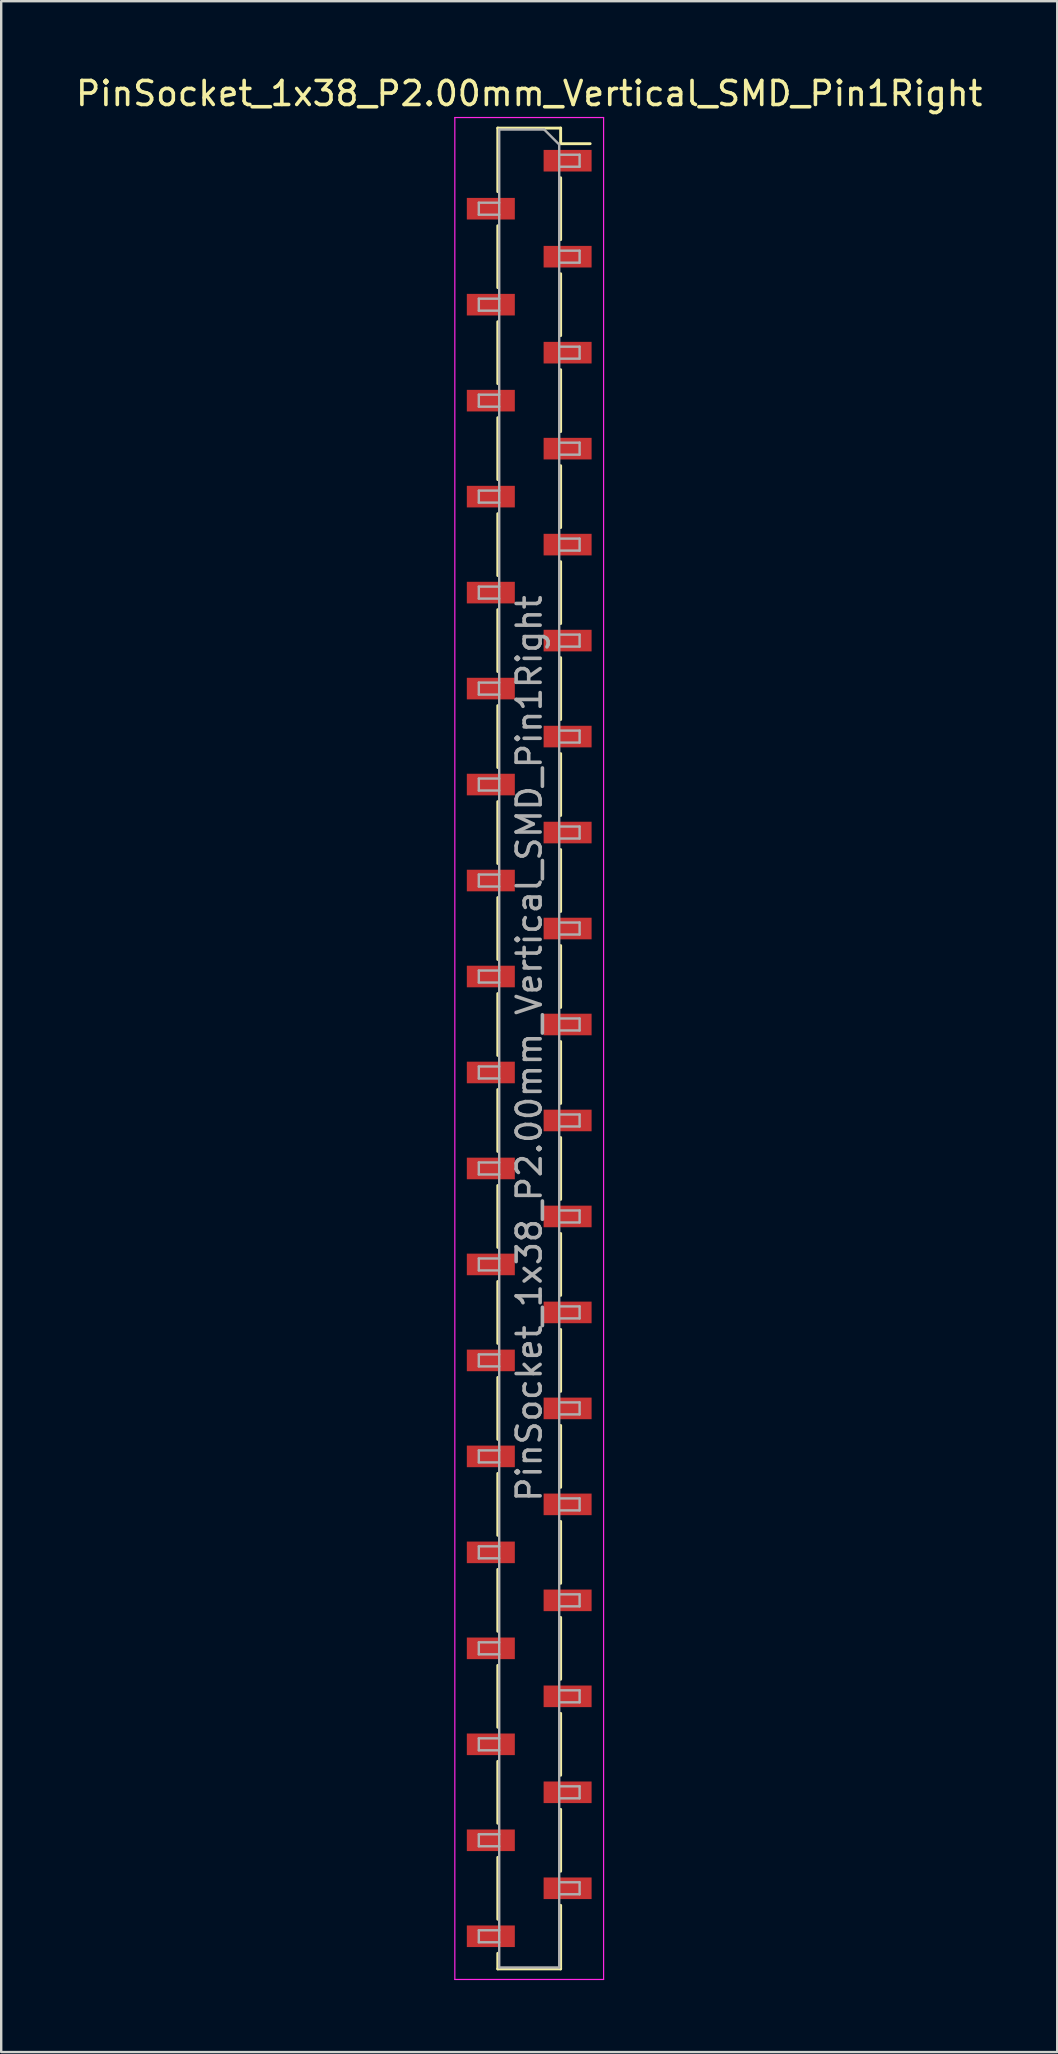
<source format=kicad_pcb>
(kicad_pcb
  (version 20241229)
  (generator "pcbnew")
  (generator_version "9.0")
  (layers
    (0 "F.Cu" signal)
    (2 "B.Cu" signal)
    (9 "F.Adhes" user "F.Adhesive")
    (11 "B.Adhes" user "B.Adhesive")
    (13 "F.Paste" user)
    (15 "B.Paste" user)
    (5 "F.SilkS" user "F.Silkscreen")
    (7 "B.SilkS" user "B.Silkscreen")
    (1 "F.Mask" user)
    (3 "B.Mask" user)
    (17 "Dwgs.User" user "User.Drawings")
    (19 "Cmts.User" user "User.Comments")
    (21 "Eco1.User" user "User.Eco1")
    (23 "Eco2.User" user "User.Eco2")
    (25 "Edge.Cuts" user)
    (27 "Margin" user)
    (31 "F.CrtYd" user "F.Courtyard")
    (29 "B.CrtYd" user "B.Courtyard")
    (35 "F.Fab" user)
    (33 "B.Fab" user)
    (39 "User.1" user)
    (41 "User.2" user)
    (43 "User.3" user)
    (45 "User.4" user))
  (footprint "PinSocket_1x38_P2.00mm_Vertical_SMD_Pin1Right"
    (layer "F.Cu")
    (at 19.006 40.648)
    (property "Reference" "PinSocket_1x38_P2.00mm_Vertical_SMD_Pin1Right" (at 0 -39.8 0) (layer "F.SilkS") (effects (font (size 1 1) (thickness 0.15))))
    (attr smd)
    (fp_line (start -1.31 -38.36) (end -1.31 -35.71) (stroke (width 0.12) (type solid)) (layer "F.SilkS"))
    (fp_line (start -1.31 -38.36) (end 1.31 -38.36) (stroke (width 0.12) (type solid)) (layer "F.SilkS"))
    (fp_line (start -1.31 -34.29) (end -1.31 -31.71) (stroke (width 0.12) (type solid)) (layer "F.SilkS"))
    (fp_line (start -1.31 -30.29) (end -1.31 -27.71) (stroke (width 0.12) (type solid)) (layer "F.SilkS"))
    (fp_line (start -1.31 -26.29) (end -1.31 -23.71) (stroke (width 0.12) (type solid)) (layer "F.SilkS"))
    (fp_line (start -1.31 -22.29) (end -1.31 -19.71) (stroke (width 0.12) (type solid)) (layer "F.SilkS"))
    (fp_line (start -1.31 -18.29) (end -1.31 -15.71) (stroke (width 0.12) (type solid)) (layer "F.SilkS"))
    (fp_line (start -1.31 -14.29) (end -1.31 -11.71) (stroke (width 0.12) (type solid)) (layer "F.SilkS"))
    (fp_line (start -1.31 -10.29) (end -1.31 -7.71) (stroke (width 0.12) (type solid)) (layer "F.SilkS"))
    (fp_line (start -1.31 -6.29) (end -1.31 -3.71) (stroke (width 0.12) (type solid)) (layer "F.SilkS"))
    (fp_line (start -1.31 -2.29) (end -1.31 0.29) (stroke (width 0.12) (type solid)) (layer "F.SilkS"))
    (fp_line (start -1.31 1.71) (end -1.31 4.29) (stroke (width 0.12) (type solid)) (layer "F.SilkS"))
    (fp_line (start -1.31 5.71) (end -1.31 8.29) (stroke (width 0.12) (type solid)) (layer "F.SilkS"))
    (fp_line (start -1.31 9.71) (end -1.31 12.29) (stroke (width 0.12) (type solid)) (layer "F.SilkS"))
    (fp_line (start -1.31 13.71) (end -1.31 16.29) (stroke (width 0.12) (type solid)) (layer "F.SilkS"))
    (fp_line (start -1.31 17.71) (end -1.31 20.29) (stroke (width 0.12) (type solid)) (layer "F.SilkS"))
    (fp_line (start -1.31 21.71) (end -1.31 24.29) (stroke (width 0.12) (type solid)) (layer "F.SilkS"))
    (fp_line (start -1.31 25.71) (end -1.31 28.29) (stroke (width 0.12) (type solid)) (layer "F.SilkS"))
    (fp_line (start -1.31 29.71) (end -1.31 32.29) (stroke (width 0.12) (type solid)) (layer "F.SilkS"))
    (fp_line (start -1.31 33.71) (end -1.31 36.29) (stroke (width 0.12) (type solid)) (layer "F.SilkS"))
    (fp_line (start -1.31 37.71) (end -1.31 38.36) (stroke (width 0.12) (type solid)) (layer "F.SilkS"))
    (fp_line (start -1.31 38.36) (end 1.31 38.36) (stroke (width 0.12) (type solid)) (layer "F.SilkS"))
    (fp_line (start 1.31 -38.36) (end 1.31 -37.71) (stroke (width 0.12) (type solid)) (layer "F.SilkS"))
    (fp_line (start 1.31 -37.71) (end 2.54 -37.71) (stroke (width 0.12) (type solid)) (layer "F.SilkS"))
    (fp_line (start 1.31 -36.29) (end 1.31 -33.71) (stroke (width 0.12) (type solid)) (layer "F.SilkS"))
    (fp_line (start 1.31 -32.29) (end 1.31 -29.71) (stroke (width 0.12) (type solid)) (layer "F.SilkS"))
    (fp_line (start 1.31 -28.29) (end 1.31 -25.71) (stroke (width 0.12) (type solid)) (layer "F.SilkS"))
    (fp_line (start 1.31 -24.29) (end 1.31 -21.71) (stroke (width 0.12) (type solid)) (layer "F.SilkS"))
    (fp_line (start 1.31 -20.29) (end 1.31 -17.71) (stroke (width 0.12) (type solid)) (layer "F.SilkS"))
    (fp_line (start 1.31 -16.29) (end 1.31 -13.71) (stroke (width 0.12) (type solid)) (layer "F.SilkS"))
    (fp_line (start 1.31 -12.29) (end 1.31 -9.71) (stroke (width 0.12) (type solid)) (layer "F.SilkS"))
    (fp_line (start 1.31 -8.29) (end 1.31 -5.71) (stroke (width 0.12) (type solid)) (layer "F.SilkS"))
    (fp_line (start 1.31 -4.29) (end 1.31 -1.71) (stroke (width 0.12) (type solid)) (layer "F.SilkS"))
    (fp_line (start 1.31 -0.29) (end 1.31 2.29) (stroke (width 0.12) (type solid)) (layer "F.SilkS"))
    (fp_line (start 1.31 3.71) (end 1.31 6.29) (stroke (width 0.12) (type solid)) (layer "F.SilkS"))
    (fp_line (start 1.31 7.71) (end 1.31 10.29) (stroke (width 0.12) (type solid)) (layer "F.SilkS"))
    (fp_line (start 1.31 11.71) (end 1.31 14.29) (stroke (width 0.12) (type solid)) (layer "F.SilkS"))
    (fp_line (start 1.31 15.71) (end 1.31 18.29) (stroke (width 0.12) (type solid)) (layer "F.SilkS"))
    (fp_line (start 1.31 19.71) (end 1.31 22.29) (stroke (width 0.12) (type solid)) (layer "F.SilkS"))
    (fp_line (start 1.31 23.71) (end 1.31 26.29) (stroke (width 0.12) (type solid)) (layer "F.SilkS"))
    (fp_line (start 1.31 27.71) (end 1.31 30.29) (stroke (width 0.12) (type solid)) (layer "F.SilkS"))
    (fp_line (start 1.31 31.71) (end 1.31 34.29) (stroke (width 0.12) (type solid)) (layer "F.SilkS"))
    (fp_line (start 1.31 35.71) (end 1.31 38.36) (stroke (width 0.12) (type solid)) (layer "F.SilkS"))
    (fp_line (start -3.1 -38.8) (end 3.1 -38.8) (stroke (width 0.05) (type solid)) (layer "F.CrtYd"))
    (fp_line (start -3.1 38.8) (end -3.1 -38.8) (stroke (width 0.05) (type solid)) (layer "F.CrtYd"))
    (fp_line (start 3.1 -38.8) (end 3.1 38.8) (stroke (width 0.05) (type solid)) (layer "F.CrtYd"))
    (fp_line (start 3.1 38.8) (end -3.1 38.8) (stroke (width 0.05) (type solid)) (layer "F.CrtYd"))
    (fp_line (start -2.1 -35.25) (end -1.25 -35.25) (stroke (width 0.1) (type solid)) (layer "F.Fab"))
    (fp_line (start -2.1 -34.75) (end -2.1 -35.25) (stroke (width 0.1) (type solid)) (layer "F.Fab"))
    (fp_line (start -2.1 -31.25) (end -1.25 -31.25) (stroke (width 0.1) (type solid)) (layer "F.Fab"))
    (fp_line (start -2.1 -30.75) (end -2.1 -31.25) (stroke (width 0.1) (type solid)) (layer "F.Fab"))
    (fp_line (start -2.1 -27.25) (end -1.25 -27.25) (stroke (width 0.1) (type solid)) (layer "F.Fab"))
    (fp_line (start -2.1 -26.75) (end -2.1 -27.25) (stroke (width 0.1) (type solid)) (layer "F.Fab"))
    (fp_line (start -2.1 -23.25) (end -1.25 -23.25) (stroke (width 0.1) (type solid)) (layer "F.Fab"))
    (fp_line (start -2.1 -22.75) (end -2.1 -23.25) (stroke (width 0.1) (type solid)) (layer "F.Fab"))
    (fp_line (start -2.1 -19.25) (end -1.25 -19.25) (stroke (width 0.1) (type solid)) (layer "F.Fab"))
    (fp_line (start -2.1 -18.75) (end -2.1 -19.25) (stroke (width 0.1) (type solid)) (layer "F.Fab"))
    (fp_line (start -2.1 -15.25) (end -1.25 -15.25) (stroke (width 0.1) (type solid)) (layer "F.Fab"))
    (fp_line (start -2.1 -14.75) (end -2.1 -15.25) (stroke (width 0.1) (type solid)) (layer "F.Fab"))
    (fp_line (start -2.1 -11.25) (end -1.25 -11.25) (stroke (width 0.1) (type solid)) (layer "F.Fab"))
    (fp_line (start -2.1 -10.75) (end -2.1 -11.25) (stroke (width 0.1) (type solid)) (layer "F.Fab"))
    (fp_line (start -2.1 -7.25) (end -1.25 -7.25) (stroke (width 0.1) (type solid)) (layer "F.Fab"))
    (fp_line (start -2.1 -6.75) (end -2.1 -7.25) (stroke (width 0.1) (type solid)) (layer "F.Fab"))
    (fp_line (start -2.1 -3.25) (end -1.25 -3.25) (stroke (width 0.1) (type solid)) (layer "F.Fab"))
    (fp_line (start -2.1 -2.75) (end -2.1 -3.25) (stroke (width 0.1) (type solid)) (layer "F.Fab"))
    (fp_line (start -2.1 0.75) (end -1.25 0.75) (stroke (width 0.1) (type solid)) (layer "F.Fab"))
    (fp_line (start -2.1 1.25) (end -2.1 0.75) (stroke (width 0.1) (type solid)) (layer "F.Fab"))
    (fp_line (start -2.1 4.75) (end -1.25 4.75) (stroke (width 0.1) (type solid)) (layer "F.Fab"))
    (fp_line (start -2.1 5.25) (end -2.1 4.75) (stroke (width 0.1) (type solid)) (layer "F.Fab"))
    (fp_line (start -2.1 8.75) (end -1.25 8.75) (stroke (width 0.1) (type solid)) (layer "F.Fab"))
    (fp_line (start -2.1 9.25) (end -2.1 8.75) (stroke (width 0.1) (type solid)) (layer "F.Fab"))
    (fp_line (start -2.1 12.75) (end -1.25 12.75) (stroke (width 0.1) (type solid)) (layer "F.Fab"))
    (fp_line (start -2.1 13.25) (end -2.1 12.75) (stroke (width 0.1) (type solid)) (layer "F.Fab"))
    (fp_line (start -2.1 16.75) (end -1.25 16.75) (stroke (width 0.1) (type solid)) (layer "F.Fab"))
    (fp_line (start -2.1 17.25) (end -2.1 16.75) (stroke (width 0.1) (type solid)) (layer "F.Fab"))
    (fp_line (start -2.1 20.75) (end -1.25 20.75) (stroke (width 0.1) (type solid)) (layer "F.Fab"))
    (fp_line (start -2.1 21.25) (end -2.1 20.75) (stroke (width 0.1) (type solid)) (layer "F.Fab"))
    (fp_line (start -2.1 24.75) (end -1.25 24.75) (stroke (width 0.1) (type solid)) (layer "F.Fab"))
    (fp_line (start -2.1 25.25) (end -2.1 24.75) (stroke (width 0.1) (type solid)) (layer "F.Fab"))
    (fp_line (start -2.1 28.75) (end -1.25 28.75) (stroke (width 0.1) (type solid)) (layer "F.Fab"))
    (fp_line (start -2.1 29.25) (end -2.1 28.75) (stroke (width 0.1) (type solid)) (layer "F.Fab"))
    (fp_line (start -2.1 32.75) (end -1.25 32.75) (stroke (width 0.1) (type solid)) (layer "F.Fab"))
    (fp_line (start -2.1 33.25) (end -2.1 32.75) (stroke (width 0.1) (type solid)) (layer "F.Fab"))
    (fp_line (start -2.1 36.75) (end -1.25 36.75) (stroke (width 0.1) (type solid)) (layer "F.Fab"))
    (fp_line (start -2.1 37.25) (end -2.1 36.75) (stroke (width 0.1) (type solid)) (layer "F.Fab"))
    (fp_line (start -1.25 -38.3) (end 0.625 -38.3) (stroke (width 0.1) (type solid)) (layer "F.Fab"))
    (fp_line (start -1.25 -34.75) (end -2.1 -34.75) (stroke (width 0.1) (type solid)) (layer "F.Fab"))
    (fp_line (start -1.25 -30.75) (end -2.1 -30.75) (stroke (width 0.1) (type solid)) (layer "F.Fab"))
    (fp_line (start -1.25 -26.75) (end -2.1 -26.75) (stroke (width 0.1) (type solid)) (layer "F.Fab"))
    (fp_line (start -1.25 -22.75) (end -2.1 -22.75) (stroke (width 0.1) (type solid)) (layer "F.Fab"))
    (fp_line (start -1.25 -18.75) (end -2.1 -18.75) (stroke (width 0.1) (type solid)) (layer "F.Fab"))
    (fp_line (start -1.25 -14.75) (end -2.1 -14.75) (stroke (width 0.1) (type solid)) (layer "F.Fab"))
    (fp_line (start -1.25 -10.75) (end -2.1 -10.75) (stroke (width 0.1) (type solid)) (layer "F.Fab"))
    (fp_line (start -1.25 -6.75) (end -2.1 -6.75) (stroke (width 0.1) (type solid)) (layer "F.Fab"))
    (fp_line (start -1.25 -2.75) (end -2.1 -2.75) (stroke (width 0.1) (type solid)) (layer "F.Fab"))
    (fp_line (start -1.25 1.25) (end -2.1 1.25) (stroke (width 0.1) (type solid)) (layer "F.Fab"))
    (fp_line (start -1.25 5.25) (end -2.1 5.25) (stroke (width 0.1) (type solid)) (layer "F.Fab"))
    (fp_line (start -1.25 9.25) (end -2.1 9.25) (stroke (width 0.1) (type solid)) (layer "F.Fab"))
    (fp_line (start -1.25 13.25) (end -2.1 13.25) (stroke (width 0.1) (type solid)) (layer "F.Fab"))
    (fp_line (start -1.25 17.25) (end -2.1 17.25) (stroke (width 0.1) (type solid)) (layer "F.Fab"))
    (fp_line (start -1.25 21.25) (end -2.1 21.25) (stroke (width 0.1) (type solid)) (layer "F.Fab"))
    (fp_line (start -1.25 25.25) (end -2.1 25.25) (stroke (width 0.1) (type solid)) (layer "F.Fab"))
    (fp_line (start -1.25 29.25) (end -2.1 29.25) (stroke (width 0.1) (type solid)) (layer "F.Fab"))
    (fp_line (start -1.25 33.25) (end -2.1 33.25) (stroke (width 0.1) (type solid)) (layer "F.Fab"))
    (fp_line (start -1.25 37.25) (end -2.1 37.25) (stroke (width 0.1) (type solid)) (layer "F.Fab"))
    (fp_line (start -1.25 38.3) (end -1.25 -38.3) (stroke (width 0.1) (type solid)) (layer "F.Fab"))
    (fp_line (start 0.625 -38.3) (end 1.25 -37.675) (stroke (width 0.1) (type solid)) (layer "F.Fab"))
    (fp_line (start 1.25 -37.675) (end 1.25 38.3) (stroke (width 0.1) (type solid)) (layer "F.Fab"))
    (fp_line (start 1.25 -37.25) (end 2.1 -37.25) (stroke (width 0.1) (type solid)) (layer "F.Fab"))
    (fp_line (start 1.25 -33.25) (end 2.1 -33.25) (stroke (width 0.1) (type solid)) (layer "F.Fab"))
    (fp_line (start 1.25 -29.25) (end 2.1 -29.25) (stroke (width 0.1) (type solid)) (layer "F.Fab"))
    (fp_line (start 1.25 -25.25) (end 2.1 -25.25) (stroke (width 0.1) (type solid)) (layer "F.Fab"))
    (fp_line (start 1.25 -21.25) (end 2.1 -21.25) (stroke (width 0.1) (type solid)) (layer "F.Fab"))
    (fp_line (start 1.25 -17.25) (end 2.1 -17.25) (stroke (width 0.1) (type solid)) (layer "F.Fab"))
    (fp_line (start 1.25 -13.25) (end 2.1 -13.25) (stroke (width 0.1) (type solid)) (layer "F.Fab"))
    (fp_line (start 1.25 -9.25) (end 2.1 -9.25) (stroke (width 0.1) (type solid)) (layer "F.Fab"))
    (fp_line (start 1.25 -5.25) (end 2.1 -5.25) (stroke (width 0.1) (type solid)) (layer "F.Fab"))
    (fp_line (start 1.25 -1.25) (end 2.1 -1.25) (stroke (width 0.1) (type solid)) (layer "F.Fab"))
    (fp_line (start 1.25 2.75) (end 2.1 2.75) (stroke (width 0.1) (type solid)) (layer "F.Fab"))
    (fp_line (start 1.25 6.75) (end 2.1 6.75) (stroke (width 0.1) (type solid)) (layer "F.Fab"))
    (fp_line (start 1.25 10.75) (end 2.1 10.75) (stroke (width 0.1) (type solid)) (layer "F.Fab"))
    (fp_line (start 1.25 14.75) (end 2.1 14.75) (stroke (width 0.1) (type solid)) (layer "F.Fab"))
    (fp_line (start 1.25 18.75) (end 2.1 18.75) (stroke (width 0.1) (type solid)) (layer "F.Fab"))
    (fp_line (start 1.25 22.75) (end 2.1 22.75) (stroke (width 0.1) (type solid)) (layer "F.Fab"))
    (fp_line (start 1.25 26.75) (end 2.1 26.75) (stroke (width 0.1) (type solid)) (layer "F.Fab"))
    (fp_line (start 1.25 30.75) (end 2.1 30.75) (stroke (width 0.1) (type solid)) (layer "F.Fab"))
    (fp_line (start 1.25 34.75) (end 2.1 34.75) (stroke (width 0.1) (type solid)) (layer "F.Fab"))
    (fp_line (start 1.25 38.3) (end -1.25 38.3) (stroke (width 0.1) (type solid)) (layer "F.Fab"))
    (fp_line (start 2.1 -37.25) (end 2.1 -36.75) (stroke (width 0.1) (type solid)) (layer "F.Fab"))
    (fp_line (start 2.1 -36.75) (end 1.25 -36.75) (stroke (width 0.1) (type solid)) (layer "F.Fab"))
    (fp_line (start 2.1 -33.25) (end 2.1 -32.75) (stroke (width 0.1) (type solid)) (layer "F.Fab"))
    (fp_line (start 2.1 -32.75) (end 1.25 -32.75) (stroke (width 0.1) (type solid)) (layer "F.Fab"))
    (fp_line (start 2.1 -29.25) (end 2.1 -28.75) (stroke (width 0.1) (type solid)) (layer "F.Fab"))
    (fp_line (start 2.1 -28.75) (end 1.25 -28.75) (stroke (width 0.1) (type solid)) (layer "F.Fab"))
    (fp_line (start 2.1 -25.25) (end 2.1 -24.75) (stroke (width 0.1) (type solid)) (layer "F.Fab"))
    (fp_line (start 2.1 -24.75) (end 1.25 -24.75) (stroke (width 0.1) (type solid)) (layer "F.Fab"))
    (fp_line (start 2.1 -21.25) (end 2.1 -20.75) (stroke (width 0.1) (type solid)) (layer "F.Fab"))
    (fp_line (start 2.1 -20.75) (end 1.25 -20.75) (stroke (width 0.1) (type solid)) (layer "F.Fab"))
    (fp_line (start 2.1 -17.25) (end 2.1 -16.75) (stroke (width 0.1) (type solid)) (layer "F.Fab"))
    (fp_line (start 2.1 -16.75) (end 1.25 -16.75) (stroke (width 0.1) (type solid)) (layer "F.Fab"))
    (fp_line (start 2.1 -13.25) (end 2.1 -12.75) (stroke (width 0.1) (type solid)) (layer "F.Fab"))
    (fp_line (start 2.1 -12.75) (end 1.25 -12.75) (stroke (width 0.1) (type solid)) (layer "F.Fab"))
    (fp_line (start 2.1 -9.25) (end 2.1 -8.75) (stroke (width 0.1) (type solid)) (layer "F.Fab"))
    (fp_line (start 2.1 -8.75) (end 1.25 -8.75) (stroke (width 0.1) (type solid)) (layer "F.Fab"))
    (fp_line (start 2.1 -5.25) (end 2.1 -4.75) (stroke (width 0.1) (type solid)) (layer "F.Fab"))
    (fp_line (start 2.1 -4.75) (end 1.25 -4.75) (stroke (width 0.1) (type solid)) (layer "F.Fab"))
    (fp_line (start 2.1 -1.25) (end 2.1 -0.75) (stroke (width 0.1) (type solid)) (layer "F.Fab"))
    (fp_line (start 2.1 -0.75) (end 1.25 -0.75) (stroke (width 0.1) (type solid)) (layer "F.Fab"))
    (fp_line (start 2.1 2.75) (end 2.1 3.25) (stroke (width 0.1) (type solid)) (layer "F.Fab"))
    (fp_line (start 2.1 3.25) (end 1.25 3.25) (stroke (width 0.1) (type solid)) (layer "F.Fab"))
    (fp_line (start 2.1 6.75) (end 2.1 7.25) (stroke (width 0.1) (type solid)) (layer "F.Fab"))
    (fp_line (start 2.1 7.25) (end 1.25 7.25) (stroke (width 0.1) (type solid)) (layer "F.Fab"))
    (fp_line (start 2.1 10.75) (end 2.1 11.25) (stroke (width 0.1) (type solid)) (layer "F.Fab"))
    (fp_line (start 2.1 11.25) (end 1.25 11.25) (stroke (width 0.1) (type solid)) (layer "F.Fab"))
    (fp_line (start 2.1 14.75) (end 2.1 15.25) (stroke (width 0.1) (type solid)) (layer "F.Fab"))
    (fp_line (start 2.1 15.25) (end 1.25 15.25) (stroke (width 0.1) (type solid)) (layer "F.Fab"))
    (fp_line (start 2.1 18.75) (end 2.1 19.25) (stroke (width 0.1) (type solid)) (layer "F.Fab"))
    (fp_line (start 2.1 19.25) (end 1.25 19.25) (stroke (width 0.1) (type solid)) (layer "F.Fab"))
    (fp_line (start 2.1 22.75) (end 2.1 23.25) (stroke (width 0.1) (type solid)) (layer "F.Fab"))
    (fp_line (start 2.1 23.25) (end 1.25 23.25) (stroke (width 0.1) (type solid)) (layer "F.Fab"))
    (fp_line (start 2.1 26.75) (end 2.1 27.25) (stroke (width 0.1) (type solid)) (layer "F.Fab"))
    (fp_line (start 2.1 27.25) (end 1.25 27.25) (stroke (width 0.1) (type solid)) (layer "F.Fab"))
    (fp_line (start 2.1 30.75) (end 2.1 31.25) (stroke (width 0.1) (type solid)) (layer "F.Fab"))
    (fp_line (start 2.1 31.25) (end 1.25 31.25) (stroke (width 0.1) (type solid)) (layer "F.Fab"))
    (fp_line (start 2.1 34.75) (end 2.1 35.25) (stroke (width 0.1) (type solid)) (layer "F.Fab"))
    (fp_line (start 2.1 35.25) (end 1.25 35.25) (stroke (width 0.1) (type solid)) (layer "F.Fab"))
    (fp_text user "${REFERENCE}" (at 0 0 90) (layer "F.Fab") (effects (font (size 1 1) (thickness 0.15))))
    (pad "1" smd rect (at 1.6 -37) (size 2 0.9) (layers "F.Cu" "F.Mask" "F.Paste"))
    (pad "2" smd rect (at -1.6 -35) (size 2 0.9) (layers "F.Cu" "F.Mask" "F.Paste"))
    (pad "3" smd rect (at 1.6 -33) (size 2 0.9) (layers "F.Cu" "F.Mask" "F.Paste"))
    (pad "4" smd rect (at -1.6 -31) (size 2 0.9) (layers "F.Cu" "F.Mask" "F.Paste"))
    (pad "5" smd rect (at 1.6 -29) (size 2 0.9) (layers "F.Cu" "F.Mask" "F.Paste"))
    (pad "6" smd rect (at -1.6 -27) (size 2 0.9) (layers "F.Cu" "F.Mask" "F.Paste"))
    (pad "7" smd rect (at 1.6 -25) (size 2 0.9) (layers "F.Cu" "F.Mask" "F.Paste"))
    (pad "8" smd rect (at -1.6 -23) (size 2 0.9) (layers "F.Cu" "F.Mask" "F.Paste"))
    (pad "9" smd rect (at 1.6 -21) (size 2 0.9) (layers "F.Cu" "F.Mask" "F.Paste"))
    (pad "10" smd rect (at -1.6 -19) (size 2 0.9) (layers "F.Cu" "F.Mask" "F.Paste"))
    (pad "11" smd rect (at 1.6 -17) (size 2 0.9) (layers "F.Cu" "F.Mask" "F.Paste"))
    (pad "12" smd rect (at -1.6 -15) (size 2 0.9) (layers "F.Cu" "F.Mask" "F.Paste"))
    (pad "13" smd rect (at 1.6 -13) (size 2 0.9) (layers "F.Cu" "F.Mask" "F.Paste"))
    (pad "14" smd rect (at -1.6 -11) (size 2 0.9) (layers "F.Cu" "F.Mask" "F.Paste"))
    (pad "15" smd rect (at 1.6 -9) (size 2 0.9) (layers "F.Cu" "F.Mask" "F.Paste"))
    (pad "16" smd rect (at -1.6 -7) (size 2 0.9) (layers "F.Cu" "F.Mask" "F.Paste"))
    (pad "17" smd rect (at 1.6 -5) (size 2 0.9) (layers "F.Cu" "F.Mask" "F.Paste"))
    (pad "18" smd rect (at -1.6 -3) (size 2 0.9) (layers "F.Cu" "F.Mask" "F.Paste"))
    (pad "19" smd rect (at 1.6 -1) (size 2 0.9) (layers "F.Cu" "F.Mask" "F.Paste"))
    (pad "20" smd rect (at -1.6 1) (size 2 0.9) (layers "F.Cu" "F.Mask" "F.Paste"))
    (pad "21" smd rect (at 1.6 3) (size 2 0.9) (layers "F.Cu" "F.Mask" "F.Paste"))
    (pad "22" smd rect (at -1.6 5) (size 2 0.9) (layers "F.Cu" "F.Mask" "F.Paste"))
    (pad "23" smd rect (at 1.6 7) (size 2 0.9) (layers "F.Cu" "F.Mask" "F.Paste"))
    (pad "24" smd rect (at -1.6 9) (size 2 0.9) (layers "F.Cu" "F.Mask" "F.Paste"))
    (pad "25" smd rect (at 1.6 11) (size 2 0.9) (layers "F.Cu" "F.Mask" "F.Paste"))
    (pad "26" smd rect (at -1.6 13) (size 2 0.9) (layers "F.Cu" "F.Mask" "F.Paste"))
    (pad "27" smd rect (at 1.6 15) (size 2 0.9) (layers "F.Cu" "F.Mask" "F.Paste"))
    (pad "28" smd rect (at -1.6 17) (size 2 0.9) (layers "F.Cu" "F.Mask" "F.Paste"))
    (pad "29" smd rect (at 1.6 19) (size 2 0.9) (layers "F.Cu" "F.Mask" "F.Paste"))
    (pad "30" smd rect (at -1.6 21) (size 2 0.9) (layers "F.Cu" "F.Mask" "F.Paste"))
    (pad "31" smd rect (at 1.6 23) (size 2 0.9) (layers "F.Cu" "F.Mask" "F.Paste"))
    (pad "32" smd rect (at -1.6 25) (size 2 0.9) (layers "F.Cu" "F.Mask" "F.Paste"))
    (pad "33" smd rect (at 1.6 27) (size 2 0.9) (layers "F.Cu" "F.Mask" "F.Paste"))
    (pad "34" smd rect (at -1.6 29) (size 2 0.9) (layers "F.Cu" "F.Mask" "F.Paste"))
    (pad "35" smd rect (at 1.6 31) (size 2 0.9) (layers "F.Cu" "F.Mask" "F.Paste"))
    (pad "36" smd rect (at -1.6 33) (size 2 0.9) (layers "F.Cu" "F.Mask" "F.Paste"))
    (pad "37" smd rect (at 1.6 35) (size 2 0.9) (layers "F.Cu" "F.Mask" "F.Paste"))
    (pad "38" smd rect (at -1.6 37) (size 2 0.9) (layers "F.Cu" "F.Mask" "F.Paste")))
  (gr_rect
    (start -3 -3)
    (end 41.012 82.473)
    (stroke (width 0.1) (type default))
    (fill no)
    (layer "Edge.Cuts")))
</source>
